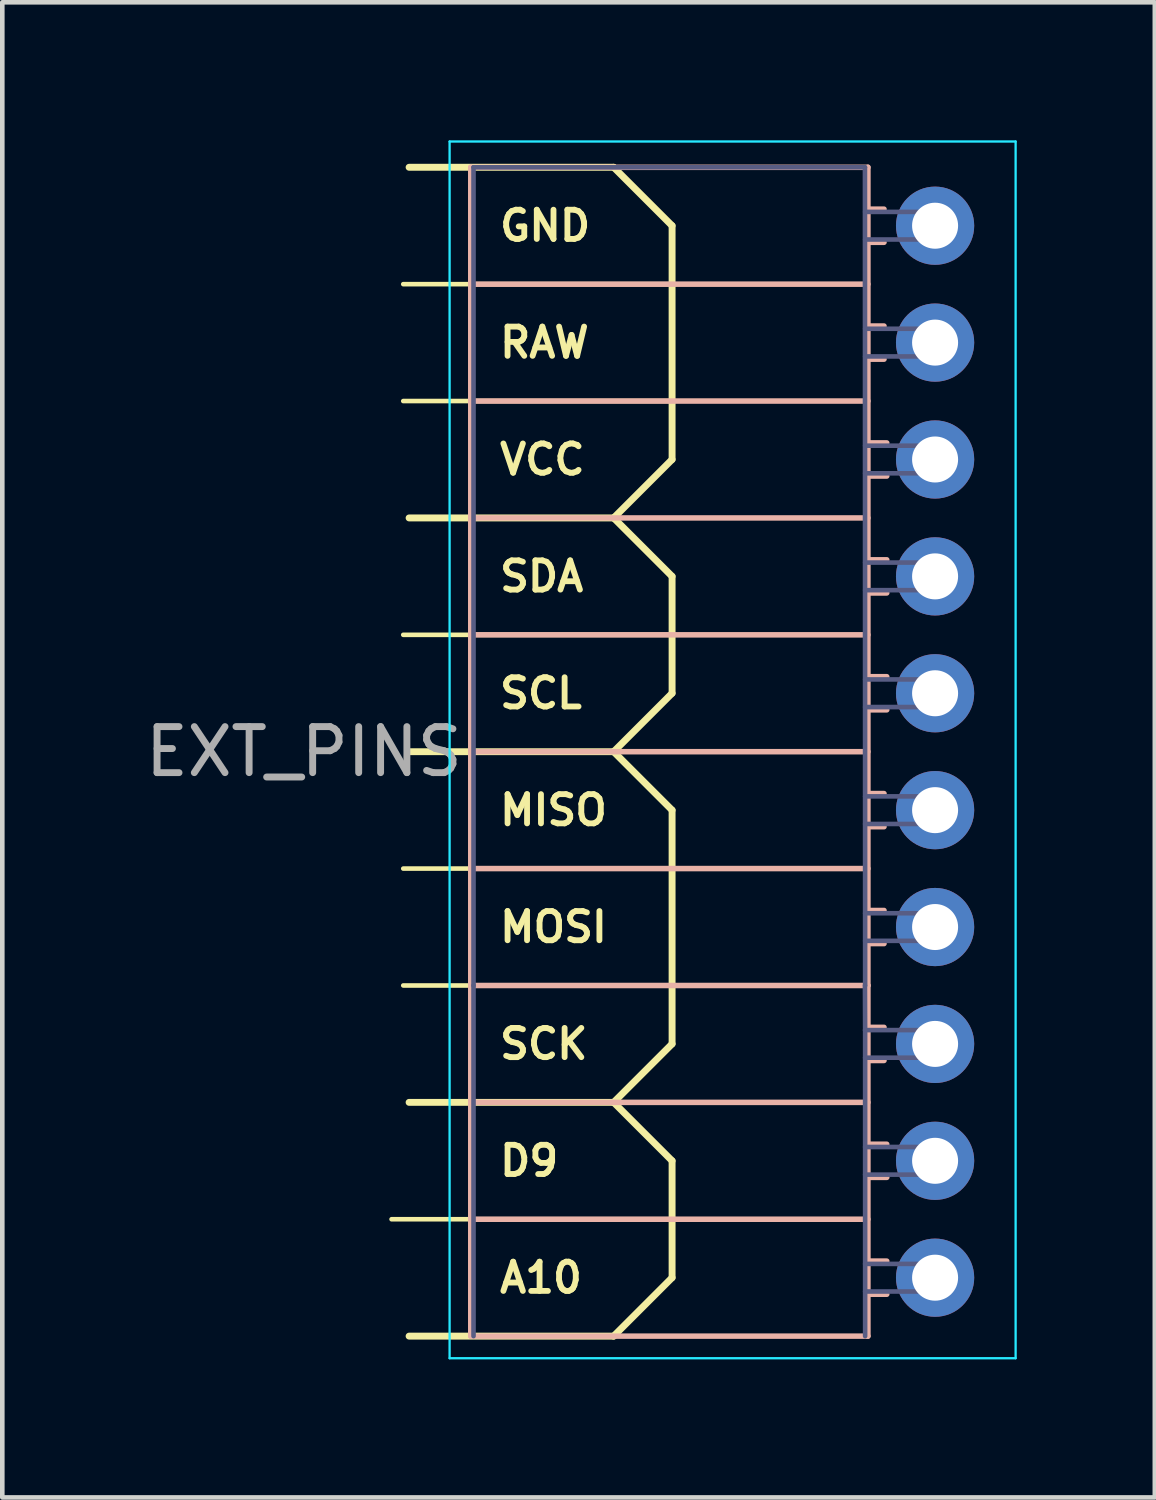
<source format=kicad_pcb>
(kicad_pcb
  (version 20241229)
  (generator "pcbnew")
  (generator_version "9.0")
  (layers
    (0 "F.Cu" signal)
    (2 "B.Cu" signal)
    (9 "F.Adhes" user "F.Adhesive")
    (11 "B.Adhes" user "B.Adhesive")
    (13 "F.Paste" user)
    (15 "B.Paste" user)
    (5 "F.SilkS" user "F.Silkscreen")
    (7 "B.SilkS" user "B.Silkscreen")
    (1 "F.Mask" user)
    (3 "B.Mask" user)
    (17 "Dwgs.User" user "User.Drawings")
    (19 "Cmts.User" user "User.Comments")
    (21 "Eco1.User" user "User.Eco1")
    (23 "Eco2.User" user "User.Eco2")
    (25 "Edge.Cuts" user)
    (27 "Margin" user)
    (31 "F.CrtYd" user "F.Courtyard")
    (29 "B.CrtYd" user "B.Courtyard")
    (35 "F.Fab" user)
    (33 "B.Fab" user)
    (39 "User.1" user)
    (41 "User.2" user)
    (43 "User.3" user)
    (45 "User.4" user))
  (footprint "EXT_PINS"
    (layer "F.Cu")
    (at 8.634 13.285)
    (property "Reference" "EXT_PINS" (at -5.08 0 180) (layer "F.Fab") (effects (font (size 1 1) (thickness 0.15))))
    (attr through_hole)
    (fp_line (start 1.651 -12.7) (end -2.794 -12.7) (stroke (width 0.15) (type solid)) (layer "F.SilkS"))
    (fp_line (start 1.651 -12.7) (end 2.921 -11.43) (stroke (width 0.15) (type solid)) (layer "F.SilkS"))
    (fp_line (start 1.651 -5.08) (end -2.794 -5.08) (stroke (width 0.15) (type solid)) (layer "F.SilkS"))
    (fp_line (start 1.651 -5.08) (end 2.921 -6.35) (stroke (width 0.15) (type solid)) (layer "F.SilkS"))
    (fp_line (start 1.651 -5.08) (end 2.921 -3.81) (stroke (width 0.15) (type solid)) (layer "F.SilkS"))
    (fp_line (start 1.651 0) (end -2.794 0) (stroke (width 0.15) (type solid)) (layer "F.SilkS"))
    (fp_line (start 1.651 0) (end 2.921 -1.27) (stroke (width 0.15) (type solid)) (layer "F.SilkS"))
    (fp_line (start 1.651 0) (end 2.921 1.27) (stroke (width 0.15) (type solid)) (layer "F.SilkS"))
    (fp_line (start 1.651 7.62) (end -2.794 7.62) (stroke (width 0.15) (type solid)) (layer "F.SilkS"))
    (fp_line (start 1.651 7.62) (end 2.921 6.35) (stroke (width 0.15) (type solid)) (layer "F.SilkS"))
    (fp_line (start 1.651 7.62) (end 2.921 8.89) (stroke (width 0.15) (type solid)) (layer "F.SilkS"))
    (fp_line (start 1.651 12.7) (end -2.794 12.7) (stroke (width 0.15) (type solid)) (layer "F.SilkS"))
    (fp_line (start 1.651 12.7) (end 2.921 11.43) (stroke (width 0.15) (type solid)) (layer "F.SilkS"))
    (fp_line (start 2.921 -10.16) (end -2.921 -10.16) (stroke (width 0.1) (type solid)) (layer "F.SilkS"))
    (fp_line (start 2.921 -7.62) (end -2.921 -7.62) (stroke (width 0.1) (type solid)) (layer "F.SilkS"))
    (fp_line (start 2.921 -6.35) (end 2.921 -11.43) (stroke (width 0.15) (type solid)) (layer "F.SilkS"))
    (fp_line (start 2.921 -2.54) (end -2.921 -2.54) (stroke (width 0.1) (type solid)) (layer "F.SilkS"))
    (fp_line (start 2.921 -1.27) (end 2.921 -3.81) (stroke (width 0.15) (type solid)) (layer "F.SilkS"))
    (fp_line (start 2.921 2.54) (end -2.921 2.54) (stroke (width 0.1) (type solid)) (layer "F.SilkS"))
    (fp_line (start 2.921 5.08) (end -2.921 5.08) (stroke (width 0.1) (type solid)) (layer "F.SilkS"))
    (fp_line (start 2.921 6.35) (end 2.921 1.27) (stroke (width 0.15) (type solid)) (layer "F.SilkS"))
    (fp_line (start 2.921 10.16) (end -3.175 10.16) (stroke (width 0.1) (type solid)) (layer "F.SilkS"))
    (fp_line (start 2.921 11.43) (end 2.921 8.89) (stroke (width 0.15) (type solid)) (layer "F.SilkS"))
    (fp_line (start -1.454 -12.7) (end 7.176 -12.7) (stroke (width 0.12) (type solid)) (layer "B.SilkS"))
    (fp_line (start -1.454 -10.16) (end 7.176 -10.16) (stroke (width 0.12) (type solid)) (layer "B.SilkS"))
    (fp_line (start -1.454 -7.62) (end 7.176 -7.62) (stroke (width 0.12) (type solid)) (layer "B.SilkS"))
    (fp_line (start -1.454 -5.08) (end 7.176 -5.08) (stroke (width 0.12) (type solid)) (layer "B.SilkS"))
    (fp_line (start -1.454 -2.54) (end 7.176 -2.54) (stroke (width 0.12) (type solid)) (layer "B.SilkS"))
    (fp_line (start -1.454 0) (end 7.176 0) (stroke (width 0.12) (type solid)) (layer "B.SilkS"))
    (fp_line (start -1.454 2.54) (end 7.176 2.54) (stroke (width 0.12) (type solid)) (layer "B.SilkS"))
    (fp_line (start -1.454 5.08) (end -1.454 -12.7) (stroke (width 0.12) (type solid)) (layer "B.SilkS"))
    (fp_line (start -1.454 5.08) (end 7.176 5.08) (stroke (width 0.12) (type solid)) (layer "B.SilkS"))
    (fp_line (start -1.454 7.62) (end 7.176 7.62) (stroke (width 0.12) (type solid)) (layer "B.SilkS"))
    (fp_line (start -1.454 10.16) (end 7.176 10.16) (stroke (width 0.12) (type solid)) (layer "B.SilkS"))
    (fp_line (start -1.454 12.7) (end -1.454 5.08) (stroke (width 0.12) (type solid)) (layer "B.SilkS"))
    (fp_line (start -1.454 12.7) (end 7.176 12.7) (stroke (width 0.12) (type solid)) (layer "B.SilkS"))
    (fp_line (start 7.176 -11.79) (end 7.526 -11.79) (stroke (width 0.12) (type solid)) (layer "B.SilkS"))
    (fp_line (start 7.176 -11.07) (end 7.526 -11.07) (stroke (width 0.12) (type solid)) (layer "B.SilkS"))
    (fp_line (start 7.176 -9.25) (end 7.526 -9.25) (stroke (width 0.12) (type solid)) (layer "B.SilkS"))
    (fp_line (start 7.176 -8.53) (end 7.526 -8.53) (stroke (width 0.12) (type solid)) (layer "B.SilkS"))
    (fp_line (start 7.176 -6.71) (end 7.586 -6.71) (stroke (width 0.12) (type solid)) (layer "B.SilkS"))
    (fp_line (start 7.176 -5.99) (end 7.586 -5.99) (stroke (width 0.12) (type solid)) (layer "B.SilkS"))
    (fp_line (start 7.176 -4.17) (end 7.586 -4.17) (stroke (width 0.12) (type solid)) (layer "B.SilkS"))
    (fp_line (start 7.176 -3.45) (end 7.586 -3.45) (stroke (width 0.12) (type solid)) (layer "B.SilkS"))
    (fp_line (start 7.176 -1.63) (end 7.586 -1.63) (stroke (width 0.12) (type solid)) (layer "B.SilkS"))
    (fp_line (start 7.176 -0.91) (end 7.586 -0.91) (stroke (width 0.12) (type solid)) (layer "B.SilkS"))
    (fp_line (start 7.176 0.91) (end 7.526 0.91) (stroke (width 0.12) (type solid)) (layer "B.SilkS"))
    (fp_line (start 7.176 1.63) (end 7.526 1.63) (stroke (width 0.12) (type solid)) (layer "B.SilkS"))
    (fp_line (start 7.176 3.45) (end 7.526 3.45) (stroke (width 0.12) (type solid)) (layer "B.SilkS"))
    (fp_line (start 7.176 4.17) (end 7.526 4.17) (stroke (width 0.12) (type solid)) (layer "B.SilkS"))
    (fp_line (start 7.176 5.08) (end 7.176 -12.7) (stroke (width 0.12) (type solid)) (layer "B.SilkS"))
    (fp_line (start 7.176 5.99) (end 7.526 5.99) (stroke (width 0.12) (type solid)) (layer "B.SilkS"))
    (fp_line (start 7.176 6.71) (end 7.526 6.71) (stroke (width 0.12) (type solid)) (layer "B.SilkS"))
    (fp_line (start 7.176 8.53) (end 7.586 8.53) (stroke (width 0.12) (type solid)) (layer "B.SilkS"))
    (fp_line (start 7.176 9.25) (end 7.586 9.25) (stroke (width 0.12) (type solid)) (layer "B.SilkS"))
    (fp_line (start 7.176 11.07) (end 7.586 11.07) (stroke (width 0.12) (type solid)) (layer "B.SilkS"))
    (fp_line (start 7.176 11.79) (end 7.586 11.79) (stroke (width 0.12) (type solid)) (layer "B.SilkS"))
    (fp_line (start 7.176 12.7) (end 7.176 5.08) (stroke (width 0.12) (type solid)) (layer "B.SilkS"))
    (fp_line (start -1.914 -13.26) (end 10.386 -13.26) (stroke (width 0.05) (type solid)) (layer "B.CrtYd"))
    (fp_line (start -1.914 13.18) (end -1.914 -13.26) (stroke (width 0.05) (type solid)) (layer "B.CrtYd"))
    (fp_line (start 10.386 -13.26) (end 10.386 13.18) (stroke (width 0.05) (type solid)) (layer "B.CrtYd"))
    (fp_line (start 10.386 13.18) (end -1.914 13.18) (stroke (width 0.05) (type solid)) (layer "B.CrtYd"))
    (fp_line (start -1.394 -12.7) (end -1.394 5.08) (stroke (width 0.1) (type solid)) (layer "B.Fab"))
    (fp_line (start -1.394 -12.7) (end 7.112 -12.7) (stroke (width 0.1) (type solid)) (layer "B.Fab"))
    (fp_line (start -1.394 5.08) (end -1.394 12.7) (stroke (width 0.1) (type solid)) (layer "B.Fab"))
    (fp_line (start 7.112 5.08) (end 7.116 6.05) (stroke (width 0.1) (type solid)) (layer "B.Fab"))
    (fp_line (start 7.116 -11.73) (end 8.636 -11.73) (stroke (width 0.1) (type solid)) (layer "B.Fab"))
    (fp_line (start 7.116 -9.19) (end 8.636 -9.19) (stroke (width 0.1) (type solid)) (layer "B.Fab"))
    (fp_line (start 7.116 -6.65) (end 8.636 -6.65) (stroke (width 0.1) (type solid)) (layer "B.Fab"))
    (fp_line (start 7.116 -4.11) (end 8.636 -4.11) (stroke (width 0.1) (type solid)) (layer "B.Fab"))
    (fp_line (start 7.116 -1.57) (end 8.636 -1.57) (stroke (width 0.1) (type solid)) (layer "B.Fab"))
    (fp_line (start 7.116 0.97) (end 8.636 0.97) (stroke (width 0.1) (type solid)) (layer "B.Fab"))
    (fp_line (start 7.116 3.51) (end 8.636 3.51) (stroke (width 0.1) (type solid)) (layer "B.Fab"))
    (fp_line (start 7.116 5.08) (end 7.112 -12.7) (stroke (width 0.1) (type solid)) (layer "B.Fab"))
    (fp_line (start 7.116 6.05) (end 8.636 6.05) (stroke (width 0.1) (type solid)) (layer "B.Fab"))
    (fp_line (start 7.116 8.59) (end 8.636 8.59) (stroke (width 0.1) (type solid)) (layer "B.Fab"))
    (fp_line (start 7.116 11.13) (end 8.636 11.13) (stroke (width 0.1) (type solid)) (layer "B.Fab"))
    (fp_line (start 7.116 12.7) (end 7.116 6.05) (stroke (width 0.1) (type solid)) (layer "B.Fab"))
    (fp_line (start 8.636 -11.73) (end 8.636 -11.13) (stroke (width 0.1) (type solid)) (layer "B.Fab"))
    (fp_line (start 8.636 -11.13) (end 7.116 -11.13) (stroke (width 0.1) (type solid)) (layer "B.Fab"))
    (fp_line (start 8.636 -9.19) (end 8.636 -8.59) (stroke (width 0.1) (type solid)) (layer "B.Fab"))
    (fp_line (start 8.636 -8.59) (end 7.116 -8.59) (stroke (width 0.1) (type solid)) (layer "B.Fab"))
    (fp_line (start 8.636 -6.65) (end 8.636 -6.05) (stroke (width 0.1) (type solid)) (layer "B.Fab"))
    (fp_line (start 8.636 -6.05) (end 7.116 -6.05) (stroke (width 0.1) (type solid)) (layer "B.Fab"))
    (fp_line (start 8.636 -4.11) (end 8.636 -3.51) (stroke (width 0.1) (type solid)) (layer "B.Fab"))
    (fp_line (start 8.636 -3.51) (end 7.116 -3.51) (stroke (width 0.1) (type solid)) (layer "B.Fab"))
    (fp_line (start 8.636 -1.57) (end 8.636 -0.97) (stroke (width 0.1) (type solid)) (layer "B.Fab"))
    (fp_line (start 8.636 -0.97) (end 7.116 -0.97) (stroke (width 0.1) (type solid)) (layer "B.Fab"))
    (fp_line (start 8.636 0.97) (end 8.636 1.57) (stroke (width 0.1) (type solid)) (layer "B.Fab"))
    (fp_line (start 8.636 1.57) (end 7.116 1.57) (stroke (width 0.1) (type solid)) (layer "B.Fab"))
    (fp_line (start 8.636 3.51) (end 8.636 4.11) (stroke (width 0.1) (type solid)) (layer "B.Fab"))
    (fp_line (start 8.636 4.11) (end 7.116 4.11) (stroke (width 0.1) (type solid)) (layer "B.Fab"))
    (fp_line (start 8.636 6.05) (end 8.636 6.65) (stroke (width 0.1) (type solid)) (layer "B.Fab"))
    (fp_line (start 8.636 6.65) (end 7.116 6.65) (stroke (width 0.1) (type solid)) (layer "B.Fab"))
    (fp_line (start 8.636 8.59) (end 8.636 9.19) (stroke (width 0.1) (type solid)) (layer "B.Fab"))
    (fp_line (start 8.636 9.19) (end 7.116 9.19) (stroke (width 0.1) (type solid)) (layer "B.Fab"))
    (fp_line (start 8.636 11.13) (end 8.636 11.73) (stroke (width 0.1) (type solid)) (layer "B.Fab"))
    (fp_line (start 8.636 11.73) (end 7.116 11.73) (stroke (width 0.1) (type solid)) (layer "B.Fab"))
    (fp_text user "VCC" (at -0.889 -6.35 180) (layer "F.SilkS") (effects (font (size 0.635 0.635) (thickness 0.127)) (justify left)))
    (fp_text user "RAW" (at -0.889 -8.89 180) (layer "F.SilkS") (effects (font (size 0.635 0.635) (thickness 0.127)) (justify left)))
    (fp_text user "GND" (at -0.889 -11.43 180) (layer "F.SilkS") (effects (font (size 0.635 0.635) (thickness 0.127)) (justify left)))
    (fp_text user "A10" (at -0.889 11.43 180) (layer "F.SilkS") (effects (font (size 0.635 0.635) (thickness 0.127)) (justify left)))
    (fp_text user "SCK" (at -0.889 6.35 180) (layer "F.SilkS") (effects (font (size 0.635 0.635) (thickness 0.127)) (justify left)))
    (fp_text user "MISO" (at -0.889 1.27 180) (layer "F.SilkS") (effects (font (size 0.635 0.635) (thickness 0.127)) (justify left)))
    (fp_text user "D9" (at -0.889 8.89 180) (layer "F.SilkS") (effects (font (size 0.635 0.635) (thickness 0.127)) (justify left)))
    (fp_text user "SDA" (at -0.889 -3.81 180) (layer "F.SilkS") (effects (font (size 0.635 0.635) (thickness 0.127)) (justify left)))
    (fp_text user "MOSI" (at -0.889 3.81 180) (layer "F.SilkS") (effects (font (size 0.635 0.635) (thickness 0.127)) (justify left)))
    (fp_text user "SCL" (at -0.889 -1.27 180) (layer "F.SilkS") (effects (font (size 0.635 0.635) (thickness 0.127)) (justify left)))
    (pad "1" thru_hole oval (at 8.636 -11.43 180) (size 1.7 1.7) (drill 1) (layers "*.Cu" "*.Mask"))
    (pad "2" thru_hole oval (at 8.636 -8.89 180) (size 1.7 1.7) (drill 1) (layers "*.Cu" "*.Mask"))
    (pad "3" thru_hole oval (at 8.636 -6.35 180) (size 1.7 1.7) (drill 1) (layers "*.Cu" "*.Mask"))
    (pad "4" thru_hole oval (at 8.636 -3.81 180) (size 1.7 1.7) (drill 1) (layers "*.Cu" "*.Mask"))
    (pad "5" thru_hole oval (at 8.636 -1.27 180) (size 1.7 1.7) (drill 1) (layers "*.Cu" "*.Mask"))
    (pad "6" thru_hole circle (at 8.636 1.27 180) (size 1.7 1.7) (drill 1) (layers "*.Cu" "*.Mask"))
    (pad "7" thru_hole circle (at 8.636 3.81 180) (size 1.7 1.7) (drill 1) (layers "*.Cu" "*.Mask"))
    (pad "8" thru_hole oval (at 8.636 6.35 180) (size 1.7 1.7) (drill 1) (layers "*.Cu" "*.Mask"))
    (pad "9" thru_hole oval (at 8.636 8.89 180) (size 1.7 1.7) (drill 1) (layers "*.Cu" "*.Mask"))
    (pad "10" thru_hole oval (at 8.636 11.43 180) (size 1.7 1.7) (drill 1) (layers "*.Cu" "*.Mask")))
  (gr_rect
    (start -3 -3)
    (end 22.045 29.49)
    (stroke (width 0.1) (type default))
    (fill no)
    (layer "Edge.Cuts")))
</source>
